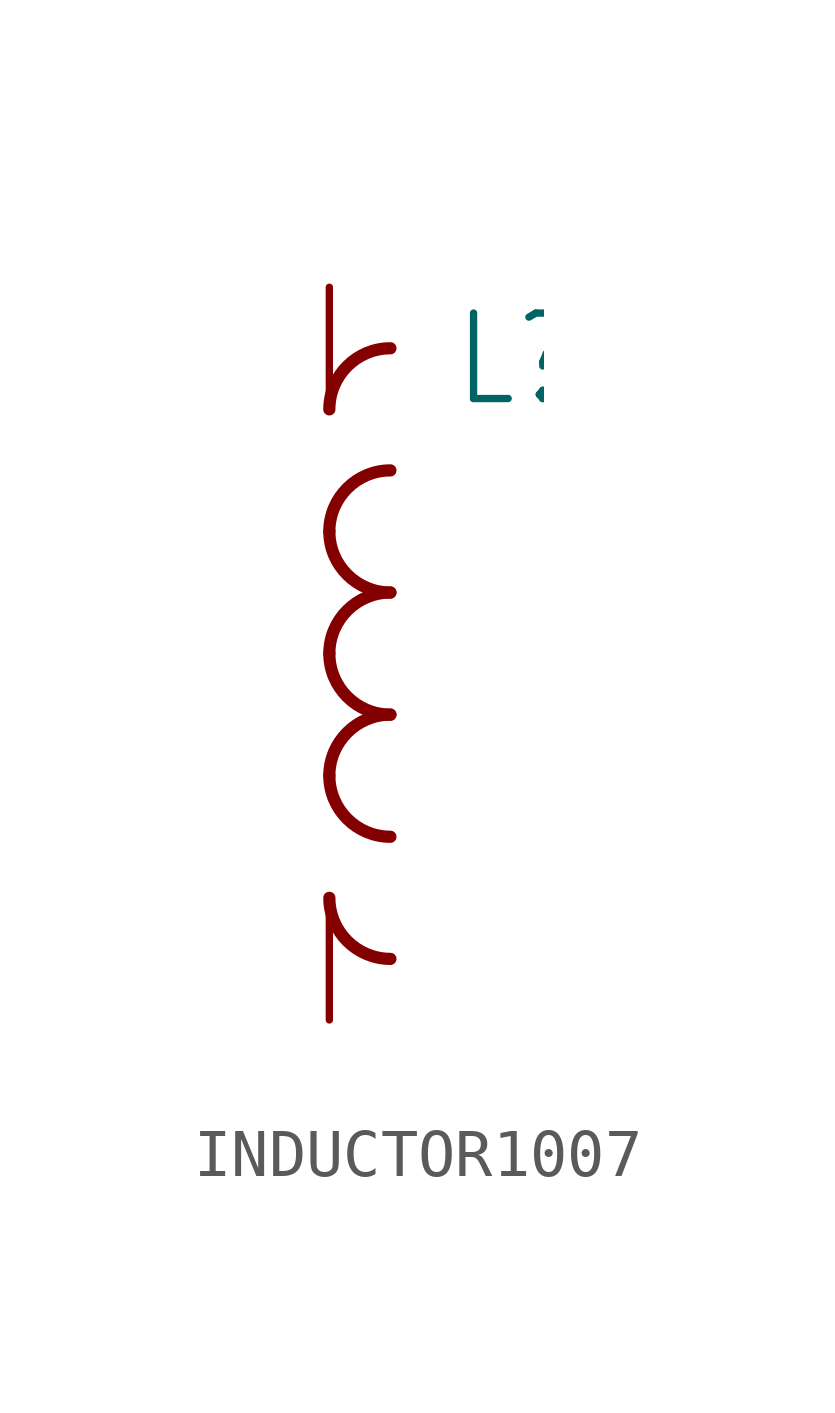
<source format=kicad_sym>
(kicad_symbol_lib
  (version 20241209)
  (generator "kicad_symbol_editor")
  (generator_version "9.0")
  (symbol "INDUCTOR1007"
    (property "Reference" "L"
      (at 2.54 5.08 0)
      (effects (font (size 1.778 1.511)) (justify left bottom)))
    (property "Value" ""
      (at 2.54 -5.08 0)
      (effects (font (size 1.778 1.511)) (justify left bottom)))
    (property "ki_locked" ""
      (at 0 0 0)
      (effects (font (size 1.27 1.27))))
    (symbol "INDUCTOR1007_1_0"
      (arc (start 0 5.08) (mid 0.372 5.978) (end 1.27 6.35) (stroke (width 0.254) (type solid)) (fill (type none)))
      (arc (start 0 2.54) (mid 0.372 3.438) (end 1.27 3.81) (stroke (width 0.254) (type solid)) (fill (type none)))
      (arc (start 1.27 1.27) (mid 0.372 1.642) (end 0 2.54) (stroke (width 0.254) (type solid)) (fill (type none)))
      (arc (start 0 0) (mid 0.372 0.898) (end 1.27 1.27) (stroke (width 0.254) (type solid)) (fill (type none)))
      (arc (start 1.27 -1.27) (mid 0.372 -0.898) (end 0 0) (stroke (width 0.254) (type solid)) (fill (type none)))
      (arc (start 0 -2.54) (mid 0.372 -1.642) (end 1.27 -1.27) (stroke (width 0.254) (type solid)) (fill (type none)))
      (arc (start 1.27 -3.81) (mid 0.372 -3.438) (end 0 -2.54) (stroke (width 0.254) (type solid)) (fill (type none)))
      (arc (start 1.27 -6.35) (mid 0.372 -5.978) (end 0 -5.08) (stroke (width 0.254) (type solid)) (fill (type none)))
      (pin passive line (at 0 7.62 270) (length 2.54) (name "1" (effects (font (size 0 0)))) (number "1" (effects (font (size 0 0)))))
      (pin passive line (at 0 -7.62 90) (length 2.54) (name "2" (effects (font (size 0 0)))) (number "2" (effects (font (size 0 0))))))))
</source>
